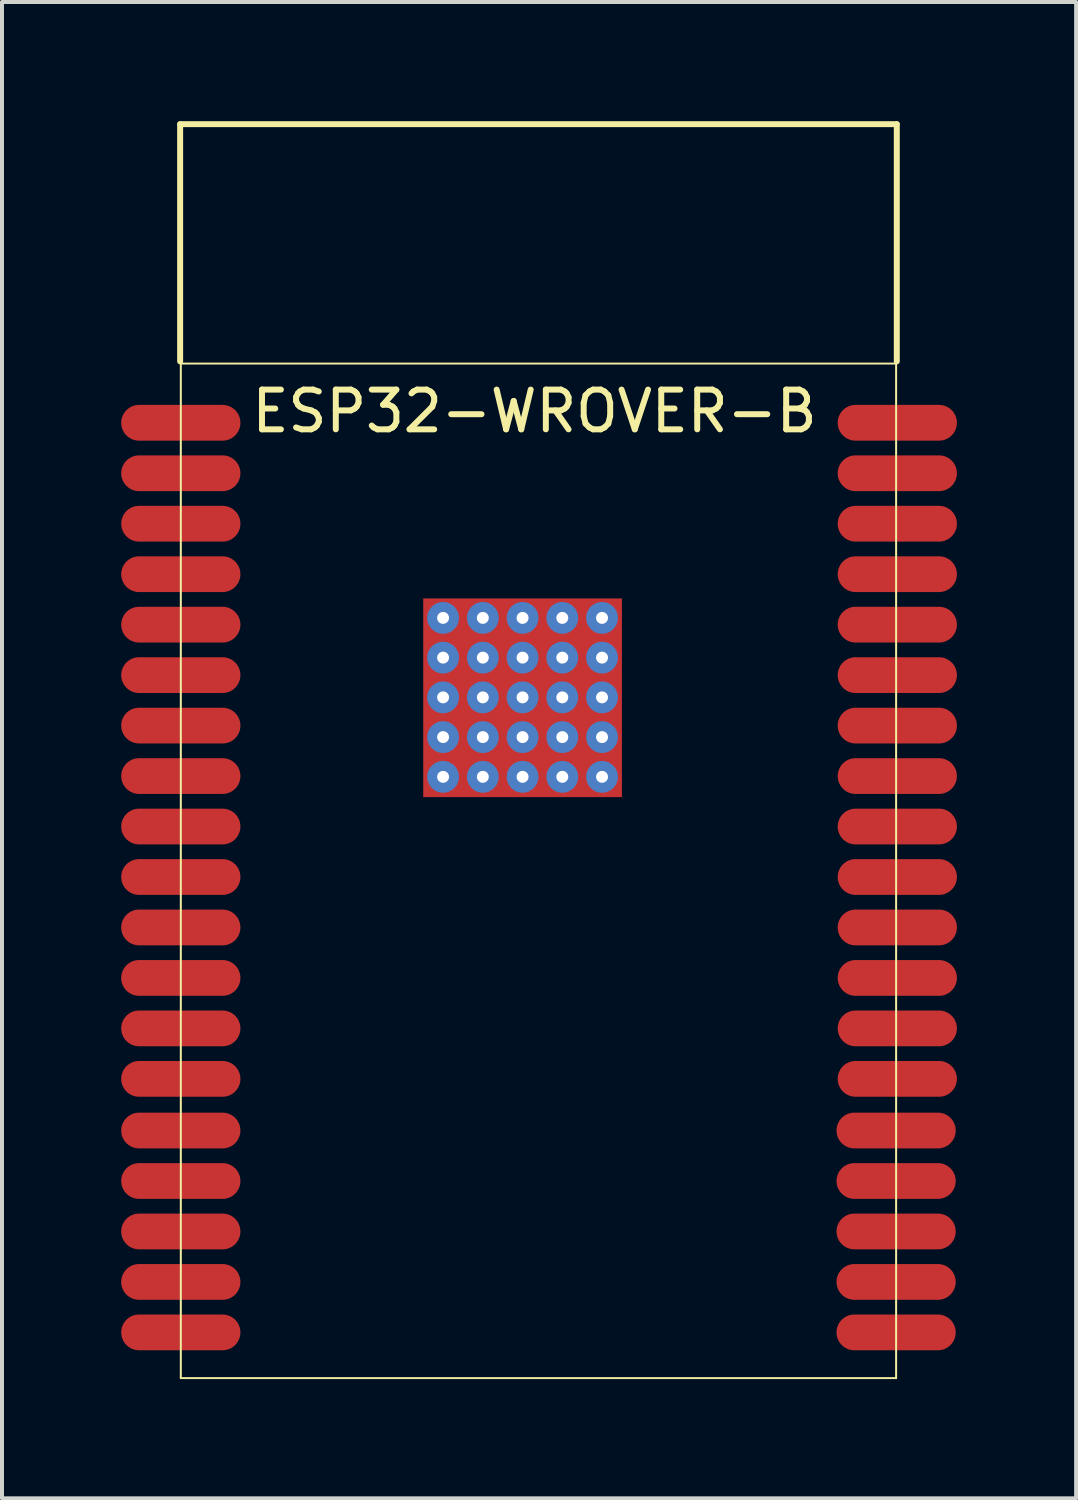
<source format=kicad_pcb>
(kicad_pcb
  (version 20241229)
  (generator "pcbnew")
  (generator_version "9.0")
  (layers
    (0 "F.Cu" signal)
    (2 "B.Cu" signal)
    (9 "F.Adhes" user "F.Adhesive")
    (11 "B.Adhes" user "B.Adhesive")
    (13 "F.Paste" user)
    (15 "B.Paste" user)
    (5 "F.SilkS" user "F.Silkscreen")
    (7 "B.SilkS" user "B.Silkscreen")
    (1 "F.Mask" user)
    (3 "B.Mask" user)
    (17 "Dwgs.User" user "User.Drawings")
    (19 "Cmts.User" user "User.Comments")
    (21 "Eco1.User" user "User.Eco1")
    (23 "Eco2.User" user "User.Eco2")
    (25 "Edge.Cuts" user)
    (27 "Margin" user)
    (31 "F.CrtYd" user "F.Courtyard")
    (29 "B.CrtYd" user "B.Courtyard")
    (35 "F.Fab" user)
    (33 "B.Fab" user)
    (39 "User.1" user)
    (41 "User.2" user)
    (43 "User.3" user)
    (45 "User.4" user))
  (footprint "ESP32-WROVER-B"
    (layer "F.Cu")
    (at 10.5 6.679)
    (property "Reference" "ESP32-WROVER-B" (at -0.1 0.62 0) (layer "F.SilkS") (effects (font (size 1 1) (thickness 0.15))))
    (attr smd)
    (fp_line (start -9.017 -0.635) (end -9.017 -6.604) (stroke (width 0.15) (type solid)) (layer "F.SilkS"))
    (fp_line (start -9 -0.58) (end 9 -0.58) (stroke (width 0.05) (type solid)) (layer "F.SilkS"))
    (fp_line (start -9 24.95) (end -9 -0.58) (stroke (width 0.05) (type solid)) (layer "F.SilkS"))
    (fp_line (start 9 -0.58) (end 9 24.95) (stroke (width 0.05) (type solid)) (layer "F.SilkS"))
    (fp_line (start 9 24.95) (end -9 24.95) (stroke (width 0.05) (type solid)) (layer "F.SilkS"))
    (fp_line (start 9.017 -6.604) (end -9.017 -6.604) (stroke (width 0.15) (type solid)) (layer "F.SilkS"))
    (fp_line (start 9.017 -0.635) (end 9.017 -6.604) (stroke (width 0.15) (type solid)) (layer "F.SilkS"))
    (pad "1" smd oval (at -9 0.91) (size 3 0.9) (layers "F.Cu" "F.Mask" "F.Paste"))
    (pad "2" smd oval (at -9 2.18) (size 3 0.9) (layers "F.Cu" "F.Mask" "F.Paste"))
    (pad "3" smd oval (at -9 3.45) (size 3 0.9) (layers "F.Cu" "F.Mask" "F.Paste"))
    (pad "4" smd oval (at -9 4.72) (size 3 0.9) (layers "F.Cu" "F.Mask" "F.Paste"))
    (pad "5" smd oval (at -9 5.99) (size 3 0.9) (layers "F.Cu" "F.Mask" "F.Paste"))
    (pad "6" smd oval (at -9 7.26) (size 3 0.9) (layers "F.Cu" "F.Mask" "F.Paste"))
    (pad "7" smd oval (at -9 8.53) (size 3 0.9) (layers "F.Cu" "F.Mask" "F.Paste"))
    (pad "8" smd oval (at -9 9.8) (size 3 0.9) (layers "F.Cu" "F.Mask" "F.Paste"))
    (pad "9" smd oval (at -9 11.07) (size 3 0.9) (layers "F.Cu" "F.Mask" "F.Paste"))
    (pad "10" smd oval (at -9 12.34) (size 3 0.9) (layers "F.Cu" "F.Mask" "F.Paste"))
    (pad "11" smd oval (at -9 13.61) (size 3 0.9) (layers "F.Cu" "F.Mask" "F.Paste"))
    (pad "12" smd oval (at -9 14.88) (size 3 0.9) (layers "F.Cu" "F.Mask" "F.Paste"))
    (pad "13" smd oval (at -9 16.15) (size 3 0.9) (layers "F.Cu" "F.Mask" "F.Paste"))
    (pad "14" smd oval (at -9 17.42) (size 3 0.9) (layers "F.Cu" "F.Mask" "F.Paste"))
    (pad "15" smd oval (at -9 18.72) (size 3 0.9) (layers "F.Cu" "F.Mask" "F.Paste"))
    (pad "16" smd oval (at -9 19.99) (size 3 0.9) (layers "F.Cu" "F.Mask" "F.Paste"))
    (pad "17" smd oval (at -9 21.26) (size 3 0.9) (layers "F.Cu" "F.Mask" "F.Paste"))
    (pad "18" smd oval (at -9 22.53) (size 3 0.9) (layers "F.Cu" "F.Mask" "F.Paste"))
    (pad "19" smd oval (at -9 23.8) (size 3 0.9) (layers "F.Cu" "F.Mask" "F.Paste"))
    (pad "20" smd oval (at 9 23.8) (size 3 0.9) (layers "F.Cu" "F.Mask" "F.Paste"))
    (pad "21" smd oval (at 9 22.53) (size 3 0.9) (layers "F.Cu" "F.Mask" "F.Paste"))
    (pad "22" smd oval (at 9 21.26) (size 3 0.9) (layers "F.Cu" "F.Mask" "F.Paste"))
    (pad "23" smd oval (at 9 19.99) (size 3 0.9) (layers "F.Cu" "F.Mask" "F.Paste"))
    (pad "24" smd oval (at 9 18.72) (size 3 0.9) (layers "F.Cu" "F.Mask" "F.Paste"))
    (pad "25" smd oval (at 9.03 17.42) (size 3 0.9) (layers "F.Cu" "F.Mask" "F.Paste"))
    (pad "26" smd oval (at 9.03 16.15) (size 3 0.9) (layers "F.Cu" "F.Mask" "F.Paste"))
    (pad "27" smd oval (at 9.03 14.88) (size 3 0.9) (layers "F.Cu" "F.Mask" "F.Paste"))
    (pad "28" smd oval (at 9.03 13.61) (size 3 0.9) (layers "F.Cu" "F.Mask" "F.Paste"))
    (pad "29" smd oval (at 9.03 12.34) (size 3 0.9) (layers "F.Cu" "F.Mask" "F.Paste"))
    (pad "30" smd oval (at 9.03 11.07) (size 3 0.9) (layers "F.Cu" "F.Mask" "F.Paste"))
    (pad "31" smd oval (at 9.03 9.8) (size 3 0.9) (layers "F.Cu" "F.Mask" "F.Paste"))
    (pad "32" smd oval (at 9.03 8.53) (size 3 0.9) (layers "F.Cu" "F.Mask" "F.Paste"))
    (pad "33" smd oval (at 9.03 7.26) (size 3 0.9) (layers "F.Cu" "F.Mask" "F.Paste"))
    (pad "34" smd oval (at 9.03 5.99) (size 3 0.9) (layers "F.Cu" "F.Mask" "F.Paste"))
    (pad "35" smd oval (at 9.03 4.72) (size 3 0.9) (layers "F.Cu" "F.Mask" "F.Paste"))
    (pad "36" smd oval (at 9.03 3.45) (size 3 0.9) (layers "F.Cu" "F.Mask" "F.Paste"))
    (pad "37" smd oval (at 9.03 2.18) (size 3 0.9) (layers "F.Cu" "F.Mask" "F.Paste"))
    (pad "38" smd oval (at 9.03 0.91) (size 3 0.9) (layers "F.Cu" "F.Mask" "F.Paste"))
    (pad "39" thru_hole circle (at -2.4 5.82) (size 0.8 0.8) (drill 0.3) (layers "*.Cu" "*.Mask"))
    (pad "39" thru_hole circle (at -2.4 6.82) (size 0.8 0.8) (drill 0.3) (layers "*.Cu" "*.Mask"))
    (pad "39" thru_hole circle (at -2.4 7.82) (size 0.8 0.8) (drill 0.3) (layers "*.Cu" "*.Mask"))
    (pad "39" thru_hole circle (at -2.4 8.82) (size 0.8 0.8) (drill 0.3) (layers "*.Cu" "*.Mask"))
    (pad "39" thru_hole circle (at -2.4 9.82) (size 0.8 0.8) (drill 0.3) (layers "*.Cu" "*.Mask"))
    (pad "39" thru_hole circle (at -1.4 5.82) (size 0.8 0.8) (drill 0.3) (layers "*.Cu" "*.Mask"))
    (pad "39" thru_hole circle (at -1.4 6.82) (size 0.8 0.8) (drill 0.3) (layers "*.Cu" "*.Mask"))
    (pad "39" thru_hole circle (at -1.4 7.82) (size 0.8 0.8) (drill 0.3) (layers "*.Cu" "*.Mask"))
    (pad "39" thru_hole circle (at -1.4 8.82) (size 0.8 0.8) (drill 0.3) (layers "*.Cu" "*.Mask"))
    (pad "39" thru_hole circle (at -1.4 9.82) (size 0.8 0.8) (drill 0.3) (layers "*.Cu" "*.Mask"))
    (pad "39" thru_hole circle (at -0.4 5.82) (size 0.8 0.8) (drill 0.3) (layers "*.Cu" "*.Mask"))
    (pad "39" thru_hole circle (at -0.4 6.82) (size 0.8 0.8) (drill 0.3) (layers "*.Cu" "*.Mask"))
    (pad "39" thru_hole circle (at -0.4 7.82) (size 0.8 0.8) (drill 0.3) (layers "*.Cu" "*.Mask"))
    (pad "39" smd rect (at -0.4 7.83) (size 5 5) (layers "F.Cu" "F.Mask" "F.Paste"))
    (pad "39" thru_hole circle (at -0.4 8.82) (size 0.8 0.8) (drill 0.3) (layers "*.Cu" "*.Mask"))
    (pad "39" thru_hole circle (at -0.4 9.82) (size 0.8 0.8) (drill 0.3) (layers "*.Cu" "*.Mask"))
    (pad "39" thru_hole circle (at 0.6 5.82) (size 0.8 0.8) (drill 0.3) (layers "*.Cu" "*.Mask"))
    (pad "39" thru_hole circle (at 0.6 6.82) (size 0.8 0.8) (drill 0.3) (layers "*.Cu" "*.Mask"))
    (pad "39" thru_hole circle (at 0.6 7.82) (size 0.8 0.8) (drill 0.3) (layers "*.Cu" "*.Mask"))
    (pad "39" thru_hole circle (at 0.6 8.82) (size 0.8 0.8) (drill 0.3) (layers "*.Cu" "*.Mask"))
    (pad "39" thru_hole circle (at 0.6 9.82) (size 0.8 0.8) (drill 0.3) (layers "*.Cu" "*.Mask"))
    (pad "39" thru_hole circle (at 1.6 5.82) (size 0.8 0.8) (drill 0.3) (layers "*.Cu" "*.Mask"))
    (pad "39" thru_hole circle (at 1.6 6.82) (size 0.8 0.8) (drill 0.3) (layers "*.Cu" "*.Mask"))
    (pad "39" thru_hole circle (at 1.6 7.82) (size 0.8 0.8) (drill 0.3) (layers "*.Cu" "*.Mask"))
    (pad "39" thru_hole circle (at 1.6 8.82) (size 0.8 0.8) (drill 0.3) (layers "*.Cu" "*.Mask"))
    (pad "39" thru_hole circle (at 1.6 9.82) (size 0.8 0.8) (drill 0.3) (layers "*.Cu" "*.Mask")))
  (gr_rect
    (start -3 -3)
    (end 24.03 34.654)
    (stroke (width 0.1) (type default))
    (fill no)
    (layer "Edge.Cuts")))
</source>
